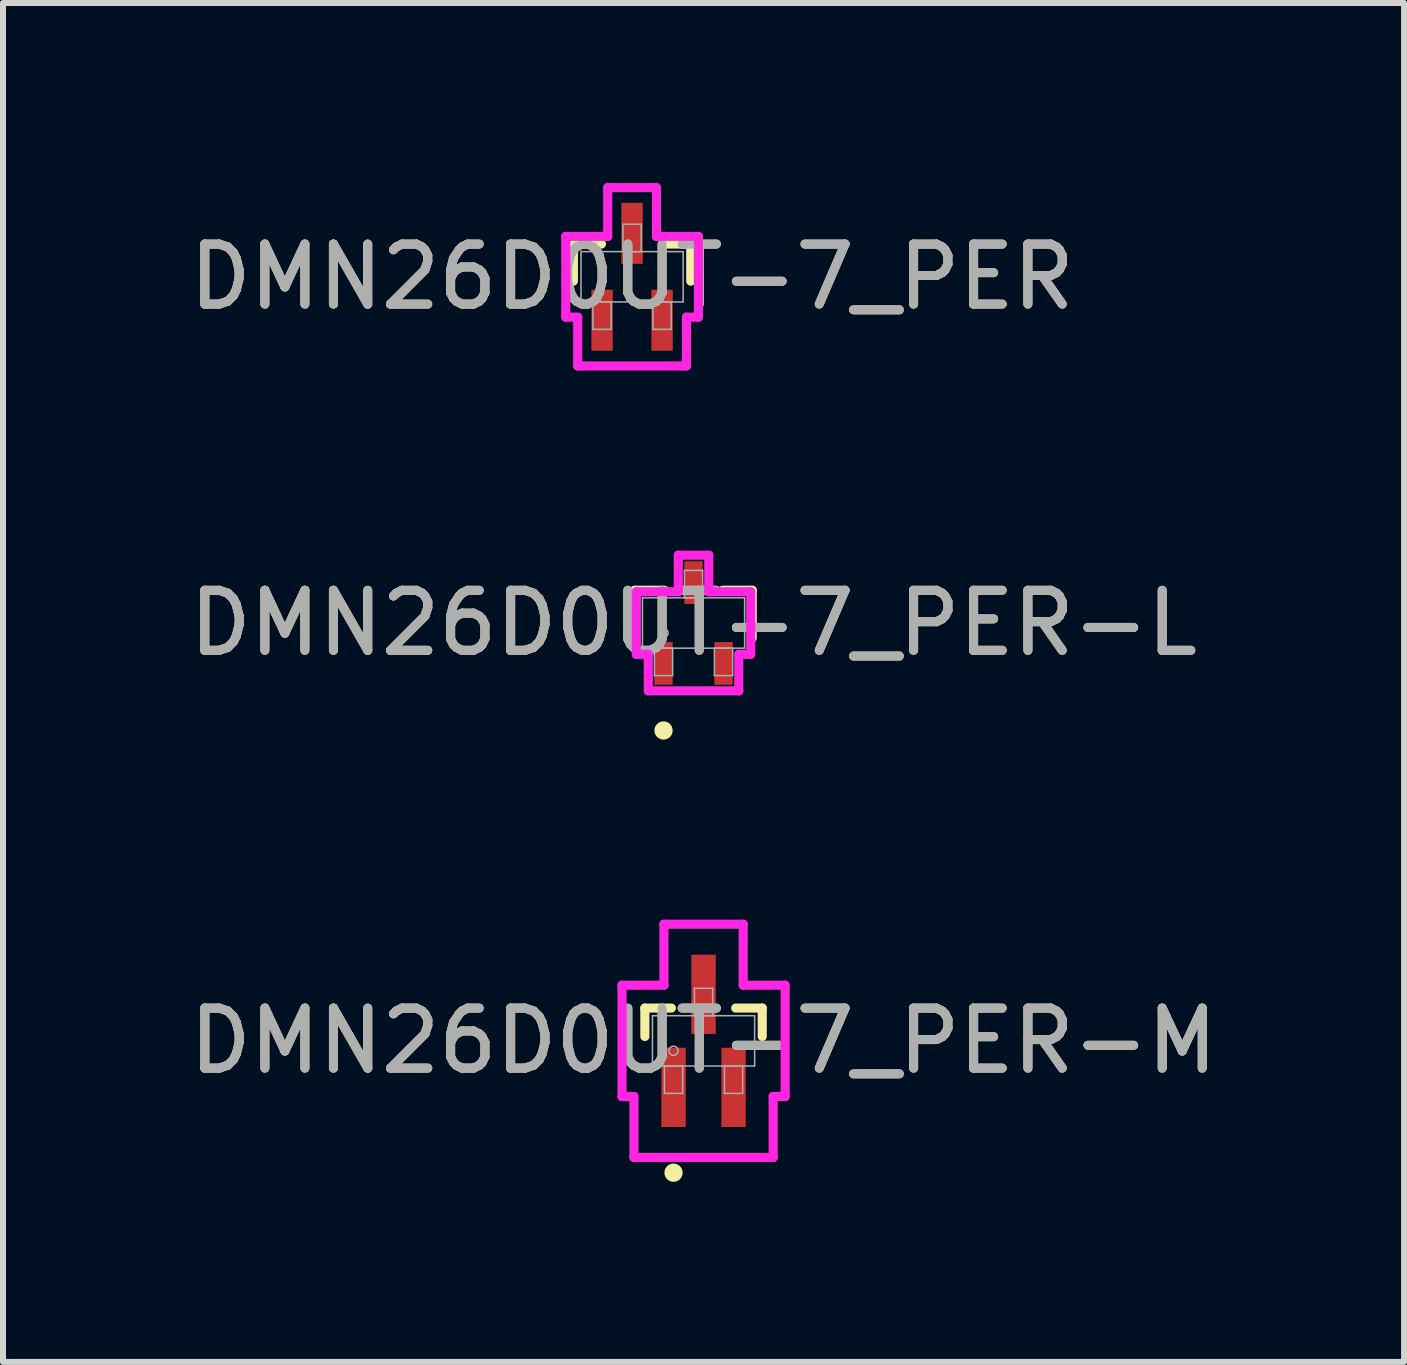
<source format=kicad_pcb>
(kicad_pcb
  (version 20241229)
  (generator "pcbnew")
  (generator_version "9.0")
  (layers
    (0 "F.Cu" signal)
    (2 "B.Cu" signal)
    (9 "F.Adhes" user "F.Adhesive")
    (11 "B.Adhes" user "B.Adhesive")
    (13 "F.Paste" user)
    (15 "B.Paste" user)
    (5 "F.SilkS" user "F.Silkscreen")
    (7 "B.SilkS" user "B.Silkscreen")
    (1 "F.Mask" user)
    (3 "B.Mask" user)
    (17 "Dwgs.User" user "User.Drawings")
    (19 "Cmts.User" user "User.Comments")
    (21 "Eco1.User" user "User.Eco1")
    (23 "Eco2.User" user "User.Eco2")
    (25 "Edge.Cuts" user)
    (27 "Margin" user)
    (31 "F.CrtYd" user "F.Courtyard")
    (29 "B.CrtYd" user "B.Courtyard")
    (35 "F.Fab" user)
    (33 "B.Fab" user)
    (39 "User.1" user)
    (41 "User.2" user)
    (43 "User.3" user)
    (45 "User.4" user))
  (footprint "DMN26D0UT-7_PER"
    (layer "F.Cu")
    (at 7.482 1.562)
    (property "Reference" "DMN26D0UT-7_PER" (at 0 0 0) (unlocked yes) (layer "F.SilkS") (effects (font (size 1 1) (thickness 0.15))))
    (attr smd)
    (fp_line (start -0.978 -0.546) (end -0.978 0.072) (stroke (width 0.152) (type solid)) (layer "F.SilkS"))
    (fp_line (start -0.511 -0.546) (end -0.978 -0.546) (stroke (width 0.152) (type solid)) (layer "F.SilkS"))
    (fp_line (start 0.978 -0.546) (end 0.511 -0.546) (stroke (width 0.152) (type solid)) (layer "F.SilkS"))
    (fp_line (start 0.978 0.072) (end 0.978 -0.546) (stroke (width 0.152) (type solid)) (layer "F.SilkS"))
    (fp_line (start -1.105 -0.673) (end -0.406 -0.673) (stroke (width 0.152) (type solid)) (layer "F.CrtYd"))
    (fp_line (start -1.105 0.673) (end -1.105 -0.673) (stroke (width 0.152) (type solid)) (layer "F.CrtYd"))
    (fp_line (start -1.105 0.673) (end -0.906 0.673) (stroke (width 0.152) (type solid)) (layer "F.CrtYd"))
    (fp_line (start -0.906 0.673) (end -0.906 1.486) (stroke (width 0.152) (type solid)) (layer "F.CrtYd"))
    (fp_line (start -0.906 1.486) (end 0.906 1.486) (stroke (width 0.152) (type solid)) (layer "F.CrtYd"))
    (fp_line (start -0.406 -1.486) (end 0.406 -1.486) (stroke (width 0.152) (type solid)) (layer "F.CrtYd"))
    (fp_line (start -0.406 -0.673) (end -0.406 -1.486) (stroke (width 0.152) (type solid)) (layer "F.CrtYd"))
    (fp_line (start 0.406 -0.673) (end 0.406 -1.486) (stroke (width 0.152) (type solid)) (layer "F.CrtYd"))
    (fp_line (start 0.906 0.673) (end 0.906 1.486) (stroke (width 0.152) (type solid)) (layer "F.CrtYd"))
    (fp_line (start 1.105 -0.673) (end 0.406 -0.673) (stroke (width 0.152) (type solid)) (layer "F.CrtYd"))
    (fp_line (start 1.105 -0.673) (end 1.105 0.673) (stroke (width 0.152) (type solid)) (layer "F.CrtYd"))
    (fp_line (start 1.105 0.673) (end 0.906 0.673) (stroke (width 0.152) (type solid)) (layer "F.CrtYd"))
    (fp_line (start -0.851 -0.419) (end -0.851 0.419) (stroke (width 0.025) (type solid)) (layer "F.Fab"))
    (fp_line (start -0.851 0.419) (end 0.851 0.419) (stroke (width 0.025) (type solid)) (layer "F.Fab"))
    (fp_line (start -0.652 0.419) (end -0.652 0.876) (stroke (width 0.025) (type solid)) (layer "F.Fab"))
    (fp_line (start -0.652 0.876) (end -0.348 0.876) (stroke (width 0.025) (type solid)) (layer "F.Fab"))
    (fp_line (start -0.348 0.419) (end -0.652 0.419) (stroke (width 0.025) (type solid)) (layer "F.Fab"))
    (fp_line (start -0.348 0.876) (end -0.348 0.419) (stroke (width 0.025) (type solid)) (layer "F.Fab"))
    (fp_line (start -0.152 -0.876) (end -0.152 -0.419) (stroke (width 0.025) (type solid)) (layer "F.Fab"))
    (fp_line (start -0.152 -0.419) (end 0.152 -0.419) (stroke (width 0.025) (type solid)) (layer "F.Fab"))
    (fp_line (start 0.152 -0.876) (end -0.152 -0.876) (stroke (width 0.025) (type solid)) (layer "F.Fab"))
    (fp_line (start 0.152 -0.419) (end 0.152 -0.876) (stroke (width 0.025) (type solid)) (layer "F.Fab"))
    (fp_line (start 0.348 0.419) (end 0.348 0.876) (stroke (width 0.025) (type solid)) (layer "F.Fab"))
    (fp_line (start 0.348 0.876) (end 0.652 0.876) (stroke (width 0.025) (type solid)) (layer "F.Fab"))
    (fp_line (start 0.652 0.419) (end 0.348 0.419) (stroke (width 0.025) (type solid)) (layer "F.Fab"))
    (fp_line (start 0.652 0.876) (end 0.652 0.419) (stroke (width 0.025) (type solid)) (layer "F.Fab"))
    (fp_line (start 0.851 -0.419) (end -0.851 -0.419) (stroke (width 0.025) (type solid)) (layer "F.Fab"))
    (fp_line (start 0.851 0.419) (end 0.851 -0.419) (stroke (width 0.025) (type solid)) (layer "F.Fab"))
    (fp_circle (center -0.5 0.165) (end -0.5 0.165) (stroke (width 0.025) (type solid)) (fill no) (layer "F.Fab"))
    (fp_text user "${REFERENCE}" (at 0 0 0) (unlocked yes) (layer "F.Fab") (effects (font (size 1 1) (thickness 0.15))))
    (pad "1" smd rect (at -0.5 0.724) (size 0.356 1.016) (layers "F.Cu" "F.Mask" "F.Paste"))
    (pad "2" smd rect (at 0.5 0.724) (size 0.356 1.016) (layers "F.Cu" "F.Mask" "F.Paste"))
    (pad "3" smd rect (at 0 -0.724) (size 0.356 1.016) (layers "F.Cu" "F.Mask" "F.Paste")))
  (footprint "DMN26D0UT-7_PER-M"
    (layer "F.Cu")
    (at 8.673 14.293)
    (property "Reference" "DMN26D0UT-7_PER-M" (at 0 0 0) (unlocked yes) (layer "F.SilkS") (effects (font (size 1 1) (thickness 0.15))))
    (attr smd)
    (fp_line (start -0.978 -0.546) (end -0.978 -0.073) (stroke (width 0.152) (type solid)) (layer "F.SilkS"))
    (fp_line (start -0.536 -0.546) (end -0.978 -0.546) (stroke (width 0.152) (type solid)) (layer "F.SilkS"))
    (fp_line (start 0.978 -0.546) (end 0.536 -0.546) (stroke (width 0.152) (type solid)) (layer "F.SilkS"))
    (fp_line (start 0.978 -0.073) (end 0.978 -0.546) (stroke (width 0.152) (type solid)) (layer "F.SilkS"))
    (fp_circle (center -0.5 2.197) (end -0.424 2.197) (stroke (width 0.152) (type solid)) (fill no) (layer "F.SilkS"))
    (fp_line (start -1.359 -0.927) (end -0.66 -0.927) (stroke (width 0.152) (type solid)) (layer "F.CrtYd"))
    (fp_line (start -1.359 0.927) (end -1.359 -0.927) (stroke (width 0.152) (type solid)) (layer "F.CrtYd"))
    (fp_line (start -1.359 0.927) (end -1.16 0.927) (stroke (width 0.152) (type solid)) (layer "F.CrtYd"))
    (fp_line (start -1.16 0.927) (end -1.16 1.943) (stroke (width 0.152) (type solid)) (layer "F.CrtYd"))
    (fp_line (start -1.16 1.943) (end 1.16 1.943) (stroke (width 0.152) (type solid)) (layer "F.CrtYd"))
    (fp_line (start -0.66 -1.943) (end 0.66 -1.943) (stroke (width 0.152) (type solid)) (layer "F.CrtYd"))
    (fp_line (start -0.66 -0.927) (end -0.66 -1.943) (stroke (width 0.152) (type solid)) (layer "F.CrtYd"))
    (fp_line (start 0.66 -0.927) (end 0.66 -1.943) (stroke (width 0.152) (type solid)) (layer "F.CrtYd"))
    (fp_line (start 1.16 0.927) (end 1.16 1.943) (stroke (width 0.152) (type solid)) (layer "F.CrtYd"))
    (fp_line (start 1.359 -0.927) (end 0.66 -0.927) (stroke (width 0.152) (type solid)) (layer "F.CrtYd"))
    (fp_line (start 1.359 -0.927) (end 1.359 0.927) (stroke (width 0.152) (type solid)) (layer "F.CrtYd"))
    (fp_line (start 1.359 0.927) (end 1.16 0.927) (stroke (width 0.152) (type solid)) (layer "F.CrtYd"))
    (fp_line (start -0.851 -0.419) (end -0.851 0.419) (stroke (width 0.025) (type solid)) (layer "F.Fab"))
    (fp_line (start -0.851 0.419) (end 0.851 0.419) (stroke (width 0.025) (type solid)) (layer "F.Fab"))
    (fp_line (start -0.652 0.419) (end -0.652 0.876) (stroke (width 0.025) (type solid)) (layer "F.Fab"))
    (fp_line (start -0.652 0.876) (end -0.348 0.876) (stroke (width 0.025) (type solid)) (layer "F.Fab"))
    (fp_line (start -0.348 0.419) (end -0.652 0.419) (stroke (width 0.025) (type solid)) (layer "F.Fab"))
    (fp_line (start -0.348 0.876) (end -0.348 0.419) (stroke (width 0.025) (type solid)) (layer "F.Fab"))
    (fp_line (start -0.152 -0.876) (end -0.152 -0.419) (stroke (width 0.025) (type solid)) (layer "F.Fab"))
    (fp_line (start -0.152 -0.419) (end 0.152 -0.419) (stroke (width 0.025) (type solid)) (layer "F.Fab"))
    (fp_line (start 0.152 -0.876) (end -0.152 -0.876) (stroke (width 0.025) (type solid)) (layer "F.Fab"))
    (fp_line (start 0.152 -0.419) (end 0.152 -0.876) (stroke (width 0.025) (type solid)) (layer "F.Fab"))
    (fp_line (start 0.348 0.419) (end 0.348 0.876) (stroke (width 0.025) (type solid)) (layer "F.Fab"))
    (fp_line (start 0.348 0.876) (end 0.652 0.876) (stroke (width 0.025) (type solid)) (layer "F.Fab"))
    (fp_line (start 0.652 0.419) (end 0.348 0.419) (stroke (width 0.025) (type solid)) (layer "F.Fab"))
    (fp_line (start 0.652 0.876) (end 0.652 0.419) (stroke (width 0.025) (type solid)) (layer "F.Fab"))
    (fp_line (start 0.851 -0.419) (end -0.851 -0.419) (stroke (width 0.025) (type solid)) (layer "F.Fab"))
    (fp_line (start 0.851 0.419) (end 0.851 -0.419) (stroke (width 0.025) (type solid)) (layer "F.Fab"))
    (fp_circle (center -0.5 0.165) (end -0.424 0.165) (stroke (width 0.025) (type solid)) (fill no) (layer "F.Fab"))
    (fp_text user "${REFERENCE}" (at 0 0 0) (unlocked yes) (layer "F.Fab") (effects (font (size 1 1) (thickness 0.15))))
    (pad "1" smd rect (at -0.5 0.775) (size 0.406 1.321) (layers "F.Cu" "F.Mask" "F.Paste"))
    (pad "2" smd rect (at 0.5 0.775) (size 0.406 1.321) (layers "F.Cu" "F.Mask" "F.Paste"))
    (pad "3" smd rect (at 0 -0.775) (size 0.406 1.321) (layers "F.Cu" "F.Mask" "F.Paste")))
  (footprint "DMN26D0UT-7_PER-L"
    (layer "F.Cu")
    (at 8.506 7.331)
    (property "Reference" "DMN26D0UT-7_PER-L" (at 0 0 0) (unlocked yes) (layer "F.SilkS") (effects (font (size 1 1) (thickness 0.15))))
    (attr smd)
    (fp_line (start -0.978 -0.546) (end -0.978 0.248) (stroke (width 0.152) (type solid)) (layer "F.SilkS"))
    (fp_line (start -0.485 -0.546) (end -0.978 -0.546) (stroke (width 0.152) (type solid)) (layer "F.SilkS"))
    (fp_line (start 0.978 -0.546) (end 0.485 -0.546) (stroke (width 0.152) (type solid)) (layer "F.SilkS"))
    (fp_line (start 0.978 0.248) (end 0.978 -0.546) (stroke (width 0.152) (type solid)) (layer "F.SilkS"))
    (fp_circle (center -0.5 1.791) (end -0.424 1.791) (stroke (width 0.152) (type solid)) (fill no) (layer "F.SilkS"))
    (fp_line (start -0.953 -0.521) (end -0.254 -0.521) (stroke (width 0.152) (type solid)) (layer "F.CrtYd"))
    (fp_line (start -0.953 0.521) (end -0.953 -0.521) (stroke (width 0.152) (type solid)) (layer "F.CrtYd"))
    (fp_line (start -0.953 0.521) (end -0.754 0.521) (stroke (width 0.152) (type solid)) (layer "F.CrtYd"))
    (fp_line (start -0.754 0.521) (end -0.754 1.13) (stroke (width 0.152) (type solid)) (layer "F.CrtYd"))
    (fp_line (start -0.754 1.13) (end 0.754 1.13) (stroke (width 0.152) (type solid)) (layer "F.CrtYd"))
    (fp_line (start -0.254 -1.13) (end 0.254 -1.13) (stroke (width 0.152) (type solid)) (layer "F.CrtYd"))
    (fp_line (start -0.254 -0.521) (end -0.254 -1.13) (stroke (width 0.152) (type solid)) (layer "F.CrtYd"))
    (fp_line (start 0.254 -0.521) (end 0.254 -1.13) (stroke (width 0.152) (type solid)) (layer "F.CrtYd"))
    (fp_line (start 0.754 0.521) (end 0.754 1.13) (stroke (width 0.152) (type solid)) (layer "F.CrtYd"))
    (fp_line (start 0.953 -0.521) (end 0.254 -0.521) (stroke (width 0.152) (type solid)) (layer "F.CrtYd"))
    (fp_line (start 0.953 -0.521) (end 0.953 0.521) (stroke (width 0.152) (type solid)) (layer "F.CrtYd"))
    (fp_line (start 0.953 0.521) (end 0.754 0.521) (stroke (width 0.152) (type solid)) (layer "F.CrtYd"))
    (fp_line (start -0.851 -0.419) (end -0.851 0.419) (stroke (width 0.025) (type solid)) (layer "F.Fab"))
    (fp_line (start -0.851 0.419) (end 0.851 0.419) (stroke (width 0.025) (type solid)) (layer "F.Fab"))
    (fp_line (start -0.652 0.419) (end -0.652 0.876) (stroke (width 0.025) (type solid)) (layer "F.Fab"))
    (fp_line (start -0.652 0.876) (end -0.348 0.876) (stroke (width 0.025) (type solid)) (layer "F.Fab"))
    (fp_line (start -0.348 0.419) (end -0.652 0.419) (stroke (width 0.025) (type solid)) (layer "F.Fab"))
    (fp_line (start -0.348 0.876) (end -0.348 0.419) (stroke (width 0.025) (type solid)) (layer "F.Fab"))
    (fp_line (start -0.152 -0.876) (end -0.152 -0.419) (stroke (width 0.025) (type solid)) (layer "F.Fab"))
    (fp_line (start -0.152 -0.419) (end 0.152 -0.419) (stroke (width 0.025) (type solid)) (layer "F.Fab"))
    (fp_line (start 0.152 -0.876) (end -0.152 -0.876) (stroke (width 0.025) (type solid)) (layer "F.Fab"))
    (fp_line (start 0.152 -0.419) (end 0.152 -0.876) (stroke (width 0.025) (type solid)) (layer "F.Fab"))
    (fp_line (start 0.348 0.419) (end 0.348 0.876) (stroke (width 0.025) (type solid)) (layer "F.Fab"))
    (fp_line (start 0.348 0.876) (end 0.652 0.876) (stroke (width 0.025) (type solid)) (layer "F.Fab"))
    (fp_line (start 0.652 0.419) (end 0.348 0.419) (stroke (width 0.025) (type solid)) (layer "F.Fab"))
    (fp_line (start 0.652 0.876) (end 0.652 0.419) (stroke (width 0.025) (type solid)) (layer "F.Fab"))
    (fp_line (start 0.851 -0.419) (end -0.851 -0.419) (stroke (width 0.025) (type solid)) (layer "F.Fab"))
    (fp_line (start 0.851 0.419) (end 0.851 -0.419) (stroke (width 0.025) (type solid)) (layer "F.Fab"))
    (fp_circle (center -0.5 0.165) (end -0.424 0.165) (stroke (width 0.025) (type solid)) (fill no) (layer "F.Fab"))
    (fp_text user "${REFERENCE}" (at 0 0 0) (unlocked yes) (layer "F.Fab") (effects (font (size 1 1) (thickness 0.15))))
    (pad "1" smd rect (at -0.5 0.673) (size 0.305 0.711) (layers "F.Cu" "F.Mask" "F.Paste"))
    (pad "2" smd rect (at 0.5 0.673) (size 0.305 0.711) (layers "F.Cu" "F.Mask" "F.Paste"))
    (pad "3" smd rect (at 0 -0.673) (size 0.305 0.711) (layers "F.Cu" "F.Mask" "F.Paste")))
  (gr_rect
    (start -3 -3)
    (end 20.345 19.643)
    (stroke (width 0.1) (type default))
    (fill no)
    (layer "Edge.Cuts")))
</source>
